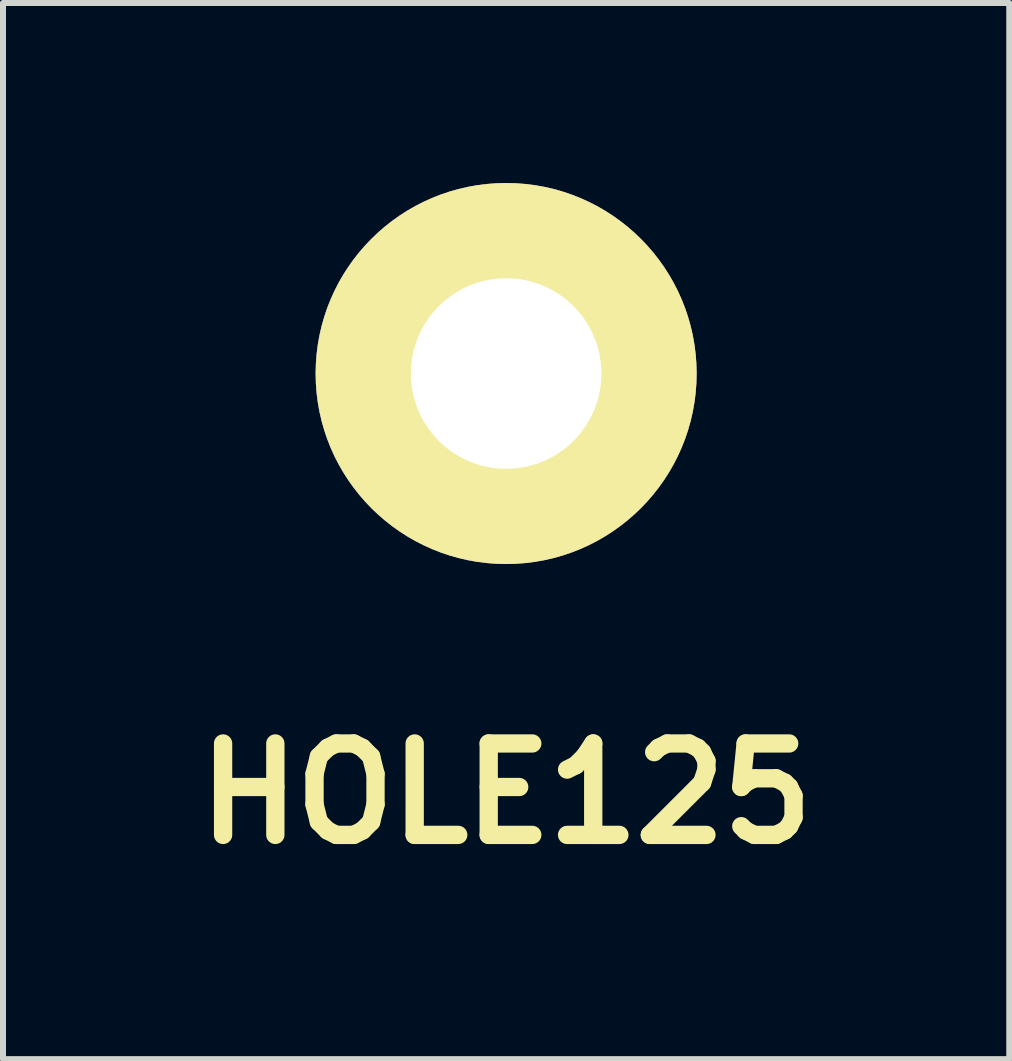
<source format=kicad_pcb>
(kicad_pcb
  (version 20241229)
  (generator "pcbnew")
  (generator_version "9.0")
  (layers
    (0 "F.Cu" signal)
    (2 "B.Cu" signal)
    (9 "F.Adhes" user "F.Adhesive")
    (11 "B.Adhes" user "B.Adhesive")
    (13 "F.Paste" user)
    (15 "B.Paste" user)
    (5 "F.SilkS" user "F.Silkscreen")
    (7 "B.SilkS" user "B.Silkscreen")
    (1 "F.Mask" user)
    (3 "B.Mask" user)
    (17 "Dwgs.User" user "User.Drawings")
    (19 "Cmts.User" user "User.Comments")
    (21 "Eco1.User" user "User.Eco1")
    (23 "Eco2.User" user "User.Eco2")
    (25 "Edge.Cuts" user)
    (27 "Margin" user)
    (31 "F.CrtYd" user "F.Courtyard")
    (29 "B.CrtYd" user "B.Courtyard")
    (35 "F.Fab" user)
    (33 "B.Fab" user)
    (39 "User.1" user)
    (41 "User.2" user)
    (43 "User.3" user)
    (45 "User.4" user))
  (footprint "HOLE125"
    (layer "F.Cu")
    (at 5.385 3.175)
    (property "Reference" "HOLE125" (at 0 7 0) (layer "F.SilkS") (effects (font (size 1.524 1.524) (thickness 0.305))))
    (attr through_hole)
    (pad "" thru_hole circle (at 0 0) (size 6.35 6.35) (drill 3.175) (layers "*.Cu" "*.Mask" "F.SilkS")))
  (gr_rect
    (start -3 -3)
    (end 13.77 14.601)
    (stroke (width 0.1) (type default))
    (fill no)
    (layer "Edge.Cuts")))
</source>
